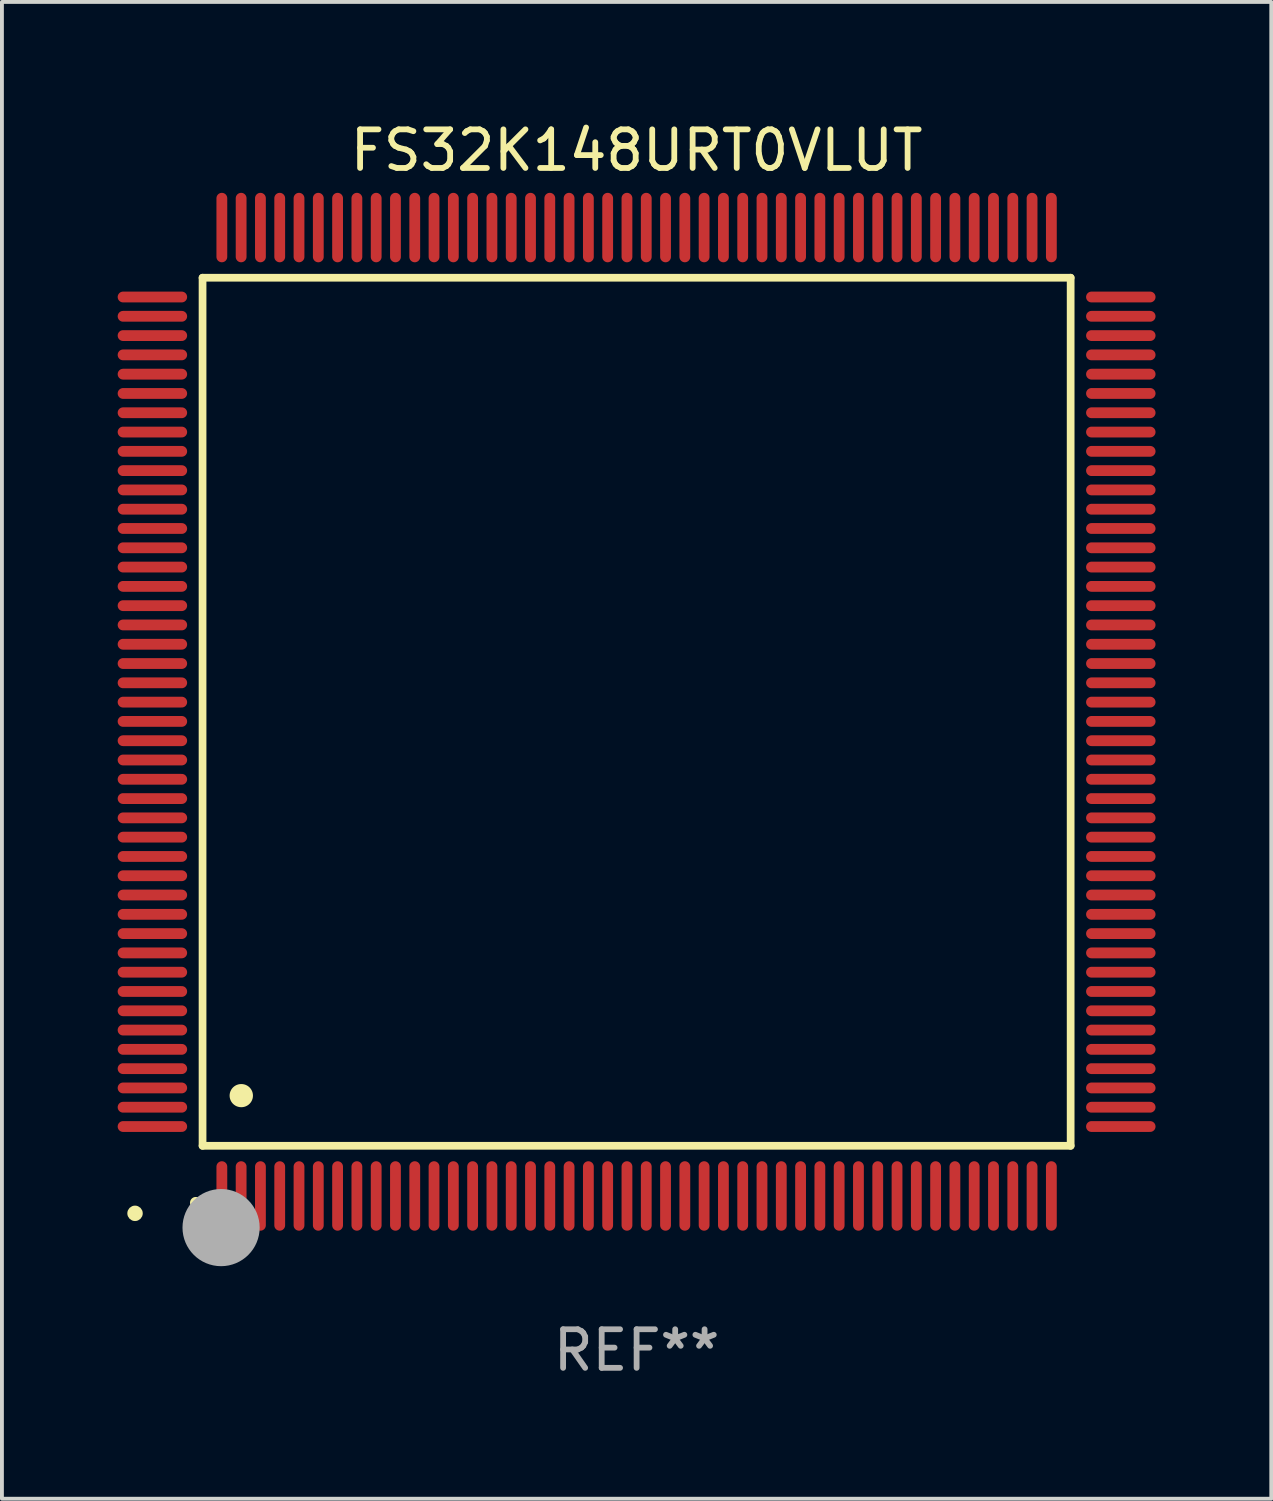
<source format=kicad_pcb>
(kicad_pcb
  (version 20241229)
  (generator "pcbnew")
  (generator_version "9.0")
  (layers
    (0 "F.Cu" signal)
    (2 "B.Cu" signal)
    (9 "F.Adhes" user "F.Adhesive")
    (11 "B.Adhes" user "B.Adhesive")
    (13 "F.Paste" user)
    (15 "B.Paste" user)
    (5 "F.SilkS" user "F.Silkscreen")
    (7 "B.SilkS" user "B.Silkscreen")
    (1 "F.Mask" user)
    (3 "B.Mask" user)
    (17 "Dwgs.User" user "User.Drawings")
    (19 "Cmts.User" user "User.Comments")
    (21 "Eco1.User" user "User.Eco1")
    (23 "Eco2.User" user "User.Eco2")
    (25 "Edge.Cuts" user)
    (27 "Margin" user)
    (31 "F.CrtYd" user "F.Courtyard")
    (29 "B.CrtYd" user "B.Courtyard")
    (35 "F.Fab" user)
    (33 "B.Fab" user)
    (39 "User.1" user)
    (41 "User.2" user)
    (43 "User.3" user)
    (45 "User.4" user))
  (footprint "FS32K148URT0VLUT"
    (layer "F.Cu")
    (at 13.45 15.398)
    (property "Reference" "FS32K148URT0VLUT" (at 0 -14.55 0) (layer "F.SilkS") (effects (font (size 1 1) (thickness 0.15))))
    (attr through_hole)
    (fp_line (start -11.25 -11.25) (end 11.25 -11.25) (stroke (width 0.2) (type solid)) (layer "F.SilkS"))
    (fp_line (start -11.25 11.25) (end -11.25 -11.25) (stroke (width 0.2) (type solid)) (layer "F.SilkS"))
    (fp_line (start 11.25 -11.25) (end 11.25 11.25) (stroke (width 0.2) (type solid)) (layer "F.SilkS"))
    (fp_line (start 11.25 11.25) (end -11.25 11.25) (stroke (width 0.2) (type solid)) (layer "F.SilkS"))
    (fp_arc (start -11.424943 12.725425) (mid -11.423673 12.72542) (end -11.422403 12.725425) (stroke (width 0.3) (type solid)) (layer "F.SilkS"))
    (fp_arc (start -10.24892 9.9492) (mid -10.24638 9.949189) (end -10.24384 9.9492) (stroke (width 0.6) (type solid)) (layer "F.SilkS"))
    (fp_circle (center -13 13) (end -12.9 13) (stroke (width 0.2) (type solid)) (fill no) (layer "F.SilkS"))
    (fp_circle (center -10.77 13.37) (end -10.27 13.37) (stroke (width 1) (type solid)) (fill no) (layer "F.Fab"))
    (fp_text user "REF**" (at 0 16.55 0) (layer "F.Fab") (effects (font (size 1 1) (thickness 0.15))))
    (pad "1" smd oval (at -10.75 12.55) (size 0.28 1.8) (layers "F.Cu" "F.Mask" "F.Paste"))
    (pad "2" smd oval (at -10.25 12.55) (size 0.28 1.8) (layers "F.Cu" "F.Mask" "F.Paste"))
    (pad "3" smd oval (at -9.75 12.55) (size 0.28 1.8) (layers "F.Cu" "F.Mask" "F.Paste"))
    (pad "4" smd oval (at -9.25 12.55) (size 0.28 1.8) (layers "F.Cu" "F.Mask" "F.Paste"))
    (pad "5" smd oval (at -8.75 12.55) (size 0.28 1.8) (layers "F.Cu" "F.Mask" "F.Paste"))
    (pad "6" smd oval (at -8.25 12.55) (size 0.28 1.8) (layers "F.Cu" "F.Mask" "F.Paste"))
    (pad "7" smd oval (at -7.75 12.55) (size 0.28 1.8) (layers "F.Cu" "F.Mask" "F.Paste"))
    (pad "8" smd oval (at -7.25 12.55) (size 0.28 1.8) (layers "F.Cu" "F.Mask" "F.Paste"))
    (pad "9" smd oval (at -6.75 12.55) (size 0.28 1.8) (layers "F.Cu" "F.Mask" "F.Paste"))
    (pad "10" smd oval (at -6.25 12.55) (size 0.28 1.8) (layers "F.Cu" "F.Mask" "F.Paste"))
    (pad "11" smd oval (at -5.75 12.55) (size 0.28 1.8) (layers "F.Cu" "F.Mask" "F.Paste"))
    (pad "12" smd oval (at -5.25 12.55) (size 0.28 1.8) (layers "F.Cu" "F.Mask" "F.Paste"))
    (pad "13" smd oval (at -4.75 12.55) (size 0.28 1.8) (layers "F.Cu" "F.Mask" "F.Paste"))
    (pad "14" smd oval (at -4.25 12.55) (size 0.28 1.8) (layers "F.Cu" "F.Mask" "F.Paste"))
    (pad "15" smd oval (at -3.75 12.55) (size 0.28 1.8) (layers "F.Cu" "F.Mask" "F.Paste"))
    (pad "16" smd oval (at -3.25 12.55) (size 0.28 1.8) (layers "F.Cu" "F.Mask" "F.Paste"))
    (pad "17" smd oval (at -2.75 12.55) (size 0.28 1.8) (layers "F.Cu" "F.Mask" "F.Paste"))
    (pad "18" smd oval (at -2.25 12.55) (size 0.28 1.8) (layers "F.Cu" "F.Mask" "F.Paste"))
    (pad "19" smd oval (at -1.75 12.55) (size 0.28 1.8) (layers "F.Cu" "F.Mask" "F.Paste"))
    (pad "20" smd oval (at -1.25 12.55) (size 0.28 1.8) (layers "F.Cu" "F.Mask" "F.Paste"))
    (pad "21" smd oval (at -0.75 12.55) (size 0.28 1.8) (layers "F.Cu" "F.Mask" "F.Paste"))
    (pad "22" smd oval (at -0.25 12.55) (size 0.28 1.8) (layers "F.Cu" "F.Mask" "F.Paste"))
    (pad "23" smd oval (at 0.25 12.55) (size 0.28 1.8) (layers "F.Cu" "F.Mask" "F.Paste"))
    (pad "24" smd oval (at 0.75 12.55) (size 0.28 1.8) (layers "F.Cu" "F.Mask" "F.Paste"))
    (pad "25" smd oval (at 1.25 12.55) (size 0.28 1.8) (layers "F.Cu" "F.Mask" "F.Paste"))
    (pad "26" smd oval (at 1.75 12.55) (size 0.28 1.8) (layers "F.Cu" "F.Mask" "F.Paste"))
    (pad "27" smd oval (at 2.25 12.55) (size 0.28 1.8) (layers "F.Cu" "F.Mask" "F.Paste"))
    (pad "28" smd oval (at 2.75 12.55) (size 0.28 1.8) (layers "F.Cu" "F.Mask" "F.Paste"))
    (pad "29" smd oval (at 3.25 12.55) (size 0.28 1.8) (layers "F.Cu" "F.Mask" "F.Paste"))
    (pad "30" smd oval (at 3.75 12.55) (size 0.28 1.8) (layers "F.Cu" "F.Mask" "F.Paste"))
    (pad "31" smd oval (at 4.25 12.55) (size 0.28 1.8) (layers "F.Cu" "F.Mask" "F.Paste"))
    (pad "32" smd oval (at 4.75 12.55) (size 0.28 1.8) (layers "F.Cu" "F.Mask" "F.Paste"))
    (pad "33" smd oval (at 5.25 12.55) (size 0.28 1.8) (layers "F.Cu" "F.Mask" "F.Paste"))
    (pad "34" smd oval (at 5.75 12.55) (size 0.28 1.8) (layers "F.Cu" "F.Mask" "F.Paste"))
    (pad "35" smd oval (at 6.25 12.55) (size 0.28 1.8) (layers "F.Cu" "F.Mask" "F.Paste"))
    (pad "36" smd oval (at 6.75 12.55) (size 0.28 1.8) (layers "F.Cu" "F.Mask" "F.Paste"))
    (pad "37" smd oval (at 7.25 12.55) (size 0.28 1.8) (layers "F.Cu" "F.Mask" "F.Paste"))
    (pad "38" smd oval (at 7.75 12.55) (size 0.28 1.8) (layers "F.Cu" "F.Mask" "F.Paste"))
    (pad "39" smd oval (at 8.25 12.55) (size 0.28 1.8) (layers "F.Cu" "F.Mask" "F.Paste"))
    (pad "40" smd oval (at 8.75 12.55) (size 0.28 1.8) (layers "F.Cu" "F.Mask" "F.Paste"))
    (pad "41" smd oval (at 9.25 12.55) (size 0.28 1.8) (layers "F.Cu" "F.Mask" "F.Paste"))
    (pad "42" smd oval (at 9.75 12.55) (size 0.28 1.8) (layers "F.Cu" "F.Mask" "F.Paste"))
    (pad "43" smd oval (at 10.25 12.55) (size 0.28 1.8) (layers "F.Cu" "F.Mask" "F.Paste"))
    (pad "44" smd oval (at 10.75 12.55) (size 0.28 1.8) (layers "F.Cu" "F.Mask" "F.Paste"))
    (pad "45" smd oval (at 12.55 10.75) (size 1.8 0.28) (layers "F.Cu" "F.Mask" "F.Paste"))
    (pad "46" smd oval (at 12.55 10.25) (size 1.8 0.28) (layers "F.Cu" "F.Mask" "F.Paste"))
    (pad "47" smd oval (at 12.55 9.75) (size 1.8 0.28) (layers "F.Cu" "F.Mask" "F.Paste"))
    (pad "48" smd oval (at 12.55 9.25) (size 1.8 0.28) (layers "F.Cu" "F.Mask" "F.Paste"))
    (pad "49" smd oval (at 12.55 8.75) (size 1.8 0.28) (layers "F.Cu" "F.Mask" "F.Paste"))
    (pad "50" smd oval (at 12.55 8.25) (size 1.8 0.28) (layers "F.Cu" "F.Mask" "F.Paste"))
    (pad "51" smd oval (at 12.55 7.75) (size 1.8 0.28) (layers "F.Cu" "F.Mask" "F.Paste"))
    (pad "52" smd oval (at 12.55 7.25) (size 1.8 0.28) (layers "F.Cu" "F.Mask" "F.Paste"))
    (pad "53" smd oval (at 12.55 6.75) (size 1.8 0.28) (layers "F.Cu" "F.Mask" "F.Paste"))
    (pad "54" smd oval (at 12.55 6.25) (size 1.8 0.28) (layers "F.Cu" "F.Mask" "F.Paste"))
    (pad "55" smd oval (at 12.55 5.75) (size 1.8 0.28) (layers "F.Cu" "F.Mask" "F.Paste"))
    (pad "56" smd oval (at 12.55 5.25) (size 1.8 0.28) (layers "F.Cu" "F.Mask" "F.Paste"))
    (pad "57" smd oval (at 12.55 4.75) (size 1.8 0.28) (layers "F.Cu" "F.Mask" "F.Paste"))
    (pad "58" smd oval (at 12.55 4.25) (size 1.8 0.28) (layers "F.Cu" "F.Mask" "F.Paste"))
    (pad "59" smd oval (at 12.55 3.75) (size 1.8 0.28) (layers "F.Cu" "F.Mask" "F.Paste"))
    (pad "60" smd oval (at 12.55 3.25) (size 1.8 0.28) (layers "F.Cu" "F.Mask" "F.Paste"))
    (pad "61" smd oval (at 12.55 2.75) (size 1.8 0.28) (layers "F.Cu" "F.Mask" "F.Paste"))
    (pad "62" smd oval (at 12.55 2.25) (size 1.8 0.28) (layers "F.Cu" "F.Mask" "F.Paste"))
    (pad "63" smd oval (at 12.55 1.75) (size 1.8 0.28) (layers "F.Cu" "F.Mask" "F.Paste"))
    (pad "64" smd oval (at 12.55 1.25) (size 1.8 0.28) (layers "F.Cu" "F.Mask" "F.Paste"))
    (pad "65" smd oval (at 12.55 0.75) (size 1.8 0.28) (layers "F.Cu" "F.Mask" "F.Paste"))
    (pad "66" smd oval (at 12.55 0.25) (size 1.8 0.28) (layers "F.Cu" "F.Mask" "F.Paste"))
    (pad "67" smd oval (at 12.55 -0.25) (size 1.8 0.28) (layers "F.Cu" "F.Mask" "F.Paste"))
    (pad "68" smd oval (at 12.55 -0.75) (size 1.8 0.28) (layers "F.Cu" "F.Mask" "F.Paste"))
    (pad "69" smd oval (at 12.55 -1.25) (size 1.8 0.28) (layers "F.Cu" "F.Mask" "F.Paste"))
    (pad "70" smd oval (at 12.55 -1.75) (size 1.8 0.28) (layers "F.Cu" "F.Mask" "F.Paste"))
    (pad "71" smd oval (at 12.55 -2.25) (size 1.8 0.28) (layers "F.Cu" "F.Mask" "F.Paste"))
    (pad "72" smd oval (at 12.55 -2.75) (size 1.8 0.28) (layers "F.Cu" "F.Mask" "F.Paste"))
    (pad "73" smd oval (at 12.55 -3.25) (size 1.8 0.28) (layers "F.Cu" "F.Mask" "F.Paste"))
    (pad "74" smd oval (at 12.55 -3.75) (size 1.8 0.28) (layers "F.Cu" "F.Mask" "F.Paste"))
    (pad "75" smd oval (at 12.55 -4.25) (size 1.8 0.28) (layers "F.Cu" "F.Mask" "F.Paste"))
    (pad "76" smd oval (at 12.55 -4.75) (size 1.8 0.28) (layers "F.Cu" "F.Mask" "F.Paste"))
    (pad "77" smd oval (at 12.55 -5.25) (size 1.8 0.28) (layers "F.Cu" "F.Mask" "F.Paste"))
    (pad "78" smd oval (at 12.55 -5.75) (size 1.8 0.28) (layers "F.Cu" "F.Mask" "F.Paste"))
    (pad "79" smd oval (at 12.55 -6.25) (size 1.8 0.28) (layers "F.Cu" "F.Mask" "F.Paste"))
    (pad "80" smd oval (at 12.55 -6.75) (size 1.8 0.28) (layers "F.Cu" "F.Mask" "F.Paste"))
    (pad "81" smd oval (at 12.55 -7.25) (size 1.8 0.28) (layers "F.Cu" "F.Mask" "F.Paste"))
    (pad "82" smd oval (at 12.55 -7.75) (size 1.8 0.28) (layers "F.Cu" "F.Mask" "F.Paste"))
    (pad "83" smd oval (at 12.55 -8.25) (size 1.8 0.28) (layers "F.Cu" "F.Mask" "F.Paste"))
    (pad "84" smd oval (at 12.55 -8.75) (size 1.8 0.28) (layers "F.Cu" "F.Mask" "F.Paste"))
    (pad "85" smd oval (at 12.55 -9.25) (size 1.8 0.28) (layers "F.Cu" "F.Mask" "F.Paste"))
    (pad "86" smd oval (at 12.55 -9.75) (size 1.8 0.28) (layers "F.Cu" "F.Mask" "F.Paste"))
    (pad "87" smd oval (at 12.55 -10.25) (size 1.8 0.28) (layers "F.Cu" "F.Mask" "F.Paste"))
    (pad "88" smd oval (at 12.55 -10.75) (size 1.8 0.28) (layers "F.Cu" "F.Mask" "F.Paste"))
    (pad "89" smd oval (at 10.75 -12.55) (size 0.28 1.8) (layers "F.Cu" "F.Mask" "F.Paste"))
    (pad "90" smd oval (at 10.25 -12.55) (size 0.28 1.8) (layers "F.Cu" "F.Mask" "F.Paste"))
    (pad "91" smd oval (at 9.75 -12.55) (size 0.28 1.8) (layers "F.Cu" "F.Mask" "F.Paste"))
    (pad "92" smd oval (at 9.25 -12.55) (size 0.28 1.8) (layers "F.Cu" "F.Mask" "F.Paste"))
    (pad "93" smd oval (at 8.75 -12.55) (size 0.28 1.8) (layers "F.Cu" "F.Mask" "F.Paste"))
    (pad "94" smd oval (at 8.25 -12.55) (size 0.28 1.8) (layers "F.Cu" "F.Mask" "F.Paste"))
    (pad "95" smd oval (at 7.75 -12.55) (size 0.28 1.8) (layers "F.Cu" "F.Mask" "F.Paste"))
    (pad "96" smd oval (at 7.25 -12.55) (size 0.28 1.8) (layers "F.Cu" "F.Mask" "F.Paste"))
    (pad "97" smd oval (at 6.75 -12.55) (size 0.28 1.8) (layers "F.Cu" "F.Mask" "F.Paste"))
    (pad "98" smd oval (at 6.25 -12.55) (size 0.28 1.8) (layers "F.Cu" "F.Mask" "F.Paste"))
    (pad "99" smd oval (at 5.75 -12.55) (size 0.28 1.8) (layers "F.Cu" "F.Mask" "F.Paste"))
    (pad "100" smd oval (at 5.25 -12.55) (size 0.28 1.8) (layers "F.Cu" "F.Mask" "F.Paste"))
    (pad "101" smd oval (at 4.75 -12.55) (size 0.28 1.8) (layers "F.Cu" "F.Mask" "F.Paste"))
    (pad "102" smd oval (at 4.25 -12.55) (size 0.28 1.8) (layers "F.Cu" "F.Mask" "F.Paste"))
    (pad "103" smd oval (at 3.75 -12.55) (size 0.28 1.8) (layers "F.Cu" "F.Mask" "F.Paste"))
    (pad "104" smd oval (at 3.25 -12.55) (size 0.28 1.8) (layers "F.Cu" "F.Mask" "F.Paste"))
    (pad "105" smd oval (at 2.75 -12.55) (size 0.28 1.8) (layers "F.Cu" "F.Mask" "F.Paste"))
    (pad "106" smd oval (at 2.25 -12.55) (size 0.28 1.8) (layers "F.Cu" "F.Mask" "F.Paste"))
    (pad "107" smd oval (at 1.75 -12.55) (size 0.28 1.8) (layers "F.Cu" "F.Mask" "F.Paste"))
    (pad "108" smd oval (at 1.25 -12.55) (size 0.28 1.8) (layers "F.Cu" "F.Mask" "F.Paste"))
    (pad "109" smd oval (at 0.75 -12.55) (size 0.28 1.8) (layers "F.Cu" "F.Mask" "F.Paste"))
    (pad "110" smd oval (at 0.25 -12.55) (size 0.28 1.8) (layers "F.Cu" "F.Mask" "F.Paste"))
    (pad "111" smd oval (at -0.25 -12.55) (size 0.28 1.8) (layers "F.Cu" "F.Mask" "F.Paste"))
    (pad "112" smd oval (at -0.75 -12.55) (size 0.28 1.8) (layers "F.Cu" "F.Mask" "F.Paste"))
    (pad "113" smd oval (at -1.25 -12.55) (size 0.28 1.8) (layers "F.Cu" "F.Mask" "F.Paste"))
    (pad "114" smd oval (at -1.75 -12.55) (size 0.28 1.8) (layers "F.Cu" "F.Mask" "F.Paste"))
    (pad "115" smd oval (at -2.25 -12.55) (size 0.28 1.8) (layers "F.Cu" "F.Mask" "F.Paste"))
    (pad "116" smd oval (at -2.75 -12.55) (size 0.28 1.8) (layers "F.Cu" "F.Mask" "F.Paste"))
    (pad "117" smd oval (at -3.25 -12.55) (size 0.28 1.8) (layers "F.Cu" "F.Mask" "F.Paste"))
    (pad "118" smd oval (at -3.75 -12.55) (size 0.28 1.8) (layers "F.Cu" "F.Mask" "F.Paste"))
    (pad "119" smd oval (at -4.25 -12.55) (size 0.28 1.8) (layers "F.Cu" "F.Mask" "F.Paste"))
    (pad "120" smd oval (at -4.75 -12.55) (size 0.28 1.8) (layers "F.Cu" "F.Mask" "F.Paste"))
    (pad "121" smd oval (at -5.25 -12.55) (size 0.28 1.8) (layers "F.Cu" "F.Mask" "F.Paste"))
    (pad "122" smd oval (at -5.75 -12.55) (size 0.28 1.8) (layers "F.Cu" "F.Mask" "F.Paste"))
    (pad "123" smd oval (at -6.25 -12.55) (size 0.28 1.8) (layers "F.Cu" "F.Mask" "F.Paste"))
    (pad "124" smd oval (at -6.75 -12.55) (size 0.28 1.8) (layers "F.Cu" "F.Mask" "F.Paste"))
    (pad "125" smd oval (at -7.25 -12.55) (size 0.28 1.8) (layers "F.Cu" "F.Mask" "F.Paste"))
    (pad "126" smd oval (at -7.75 -12.55) (size 0.28 1.8) (layers "F.Cu" "F.Mask" "F.Paste"))
    (pad "127" smd oval (at -8.25 -12.55) (size 0.28 1.8) (layers "F.Cu" "F.Mask" "F.Paste"))
    (pad "128" smd oval (at -8.75 -12.55) (size 0.28 1.8) (layers "F.Cu" "F.Mask" "F.Paste"))
    (pad "129" smd oval (at -9.25 -12.55) (size 0.28 1.8) (layers "F.Cu" "F.Mask" "F.Paste"))
    (pad "130" smd oval (at -9.75 -12.55) (size 0.28 1.8) (layers "F.Cu" "F.Mask" "F.Paste"))
    (pad "131" smd oval (at -10.25 -12.55) (size 0.28 1.8) (layers "F.Cu" "F.Mask" "F.Paste"))
    (pad "132" smd oval (at -10.75 -12.55) (size 0.28 1.8) (layers "F.Cu" "F.Mask" "F.Paste"))
    (pad "133" smd oval (at -12.55 -10.75) (size 1.8 0.28) (layers "F.Cu" "F.Mask" "F.Paste"))
    (pad "134" smd oval (at -12.55 -10.25) (size 1.8 0.28) (layers "F.Cu" "F.Mask" "F.Paste"))
    (pad "135" smd oval (at -12.55 -9.75) (size 1.8 0.28) (layers "F.Cu" "F.Mask" "F.Paste"))
    (pad "136" smd oval (at -12.55 -9.25) (size 1.8 0.28) (layers "F.Cu" "F.Mask" "F.Paste"))
    (pad "137" smd oval (at -12.55 -8.75) (size 1.8 0.28) (layers "F.Cu" "F.Mask" "F.Paste"))
    (pad "138" smd oval (at -12.55 -8.25) (size 1.8 0.28) (layers "F.Cu" "F.Mask" "F.Paste"))
    (pad "139" smd oval (at -12.55 -7.75) (size 1.8 0.28) (layers "F.Cu" "F.Mask" "F.Paste"))
    (pad "140" smd oval (at -12.55 -7.25) (size 1.8 0.28) (layers "F.Cu" "F.Mask" "F.Paste"))
    (pad "141" smd oval (at -12.55 -6.75) (size 1.8 0.28) (layers "F.Cu" "F.Mask" "F.Paste"))
    (pad "142" smd oval (at -12.55 -6.25) (size 1.8 0.28) (layers "F.Cu" "F.Mask" "F.Paste"))
    (pad "143" smd oval (at -12.55 -5.75) (size 1.8 0.28) (layers "F.Cu" "F.Mask" "F.Paste"))
    (pad "144" smd oval (at -12.55 -5.25) (size 1.8 0.28) (layers "F.Cu" "F.Mask" "F.Paste"))
    (pad "145" smd oval (at -12.55 -4.75) (size 1.8 0.28) (layers "F.Cu" "F.Mask" "F.Paste"))
    (pad "146" smd oval (at -12.55 -4.25) (size 1.8 0.28) (layers "F.Cu" "F.Mask" "F.Paste"))
    (pad "147" smd oval (at -12.55 -3.75) (size 1.8 0.28) (layers "F.Cu" "F.Mask" "F.Paste"))
    (pad "148" smd oval (at -12.55 -3.25) (size 1.8 0.28) (layers "F.Cu" "F.Mask" "F.Paste"))
    (pad "149" smd oval (at -12.55 -2.75) (size 1.8 0.28) (layers "F.Cu" "F.Mask" "F.Paste"))
    (pad "150" smd oval (at -12.55 -2.25) (size 1.8 0.28) (layers "F.Cu" "F.Mask" "F.Paste"))
    (pad "151" smd oval (at -12.55 -1.75) (size 1.8 0.28) (layers "F.Cu" "F.Mask" "F.Paste"))
    (pad "152" smd oval (at -12.55 -1.25) (size 1.8 0.28) (layers "F.Cu" "F.Mask" "F.Paste"))
    (pad "153" smd oval (at -12.55 -0.75) (size 1.8 0.28) (layers "F.Cu" "F.Mask" "F.Paste"))
    (pad "154" smd oval (at -12.55 -0.25) (size 1.8 0.28) (layers "F.Cu" "F.Mask" "F.Paste"))
    (pad "155" smd oval (at -12.55 0.25) (size 1.8 0.28) (layers "F.Cu" "F.Mask" "F.Paste"))
    (pad "156" smd oval (at -12.55 0.75) (size 1.8 0.28) (layers "F.Cu" "F.Mask" "F.Paste"))
    (pad "157" smd oval (at -12.55 1.25) (size 1.8 0.28) (layers "F.Cu" "F.Mask" "F.Paste"))
    (pad "158" smd oval (at -12.55 1.75) (size 1.8 0.28) (layers "F.Cu" "F.Mask" "F.Paste"))
    (pad "159" smd oval (at -12.55 2.25) (size 1.8 0.28) (layers "F.Cu" "F.Mask" "F.Paste"))
    (pad "160" smd oval (at -12.55 2.75) (size 1.8 0.28) (layers "F.Cu" "F.Mask" "F.Paste"))
    (pad "161" smd oval (at -12.55 3.25) (size 1.8 0.28) (layers "F.Cu" "F.Mask" "F.Paste"))
    (pad "162" smd oval (at -12.55 3.75) (size 1.8 0.28) (layers "F.Cu" "F.Mask" "F.Paste"))
    (pad "163" smd oval (at -12.55 4.25) (size 1.8 0.28) (layers "F.Cu" "F.Mask" "F.Paste"))
    (pad "164" smd oval (at -12.55 4.75) (size 1.8 0.28) (layers "F.Cu" "F.Mask" "F.Paste"))
    (pad "165" smd oval (at -12.55 5.25) (size 1.8 0.28) (layers "F.Cu" "F.Mask" "F.Paste"))
    (pad "166" smd oval (at -12.55 5.75) (size 1.8 0.28) (layers "F.Cu" "F.Mask" "F.Paste"))
    (pad "167" smd oval (at -12.55 6.25) (size 1.8 0.28) (layers "F.Cu" "F.Mask" "F.Paste"))
    (pad "168" smd oval (at -12.55 6.75) (size 1.8 0.28) (layers "F.Cu" "F.Mask" "F.Paste"))
    (pad "169" smd oval (at -12.55 7.25) (size 1.8 0.28) (layers "F.Cu" "F.Mask" "F.Paste"))
    (pad "170" smd oval (at -12.55 7.75) (size 1.8 0.28) (layers "F.Cu" "F.Mask" "F.Paste"))
    (pad "171" smd oval (at -12.55 8.25) (size 1.8 0.28) (layers "F.Cu" "F.Mask" "F.Paste"))
    (pad "172" smd oval (at -12.55 8.75) (size 1.8 0.28) (layers "F.Cu" "F.Mask" "F.Paste"))
    (pad "173" smd oval (at -12.55 9.25) (size 1.8 0.28) (layers "F.Cu" "F.Mask" "F.Paste"))
    (pad "174" smd oval (at -12.55 9.75) (size 1.8 0.28) (layers "F.Cu" "F.Mask" "F.Paste"))
    (pad "175" smd oval (at -12.55 10.25) (size 1.8 0.28) (layers "F.Cu" "F.Mask" "F.Paste"))
    (pad "176" smd oval (at -12.55 10.75) (size 1.8 0.28) (layers "F.Cu" "F.Mask" "F.Paste")))
  (gr_rect
    (start -3 -3)
    (end 29.9 35.796)
    (stroke (width 0.1) (type default))
    (fill no)
    (layer "Edge.Cuts")))
</source>
